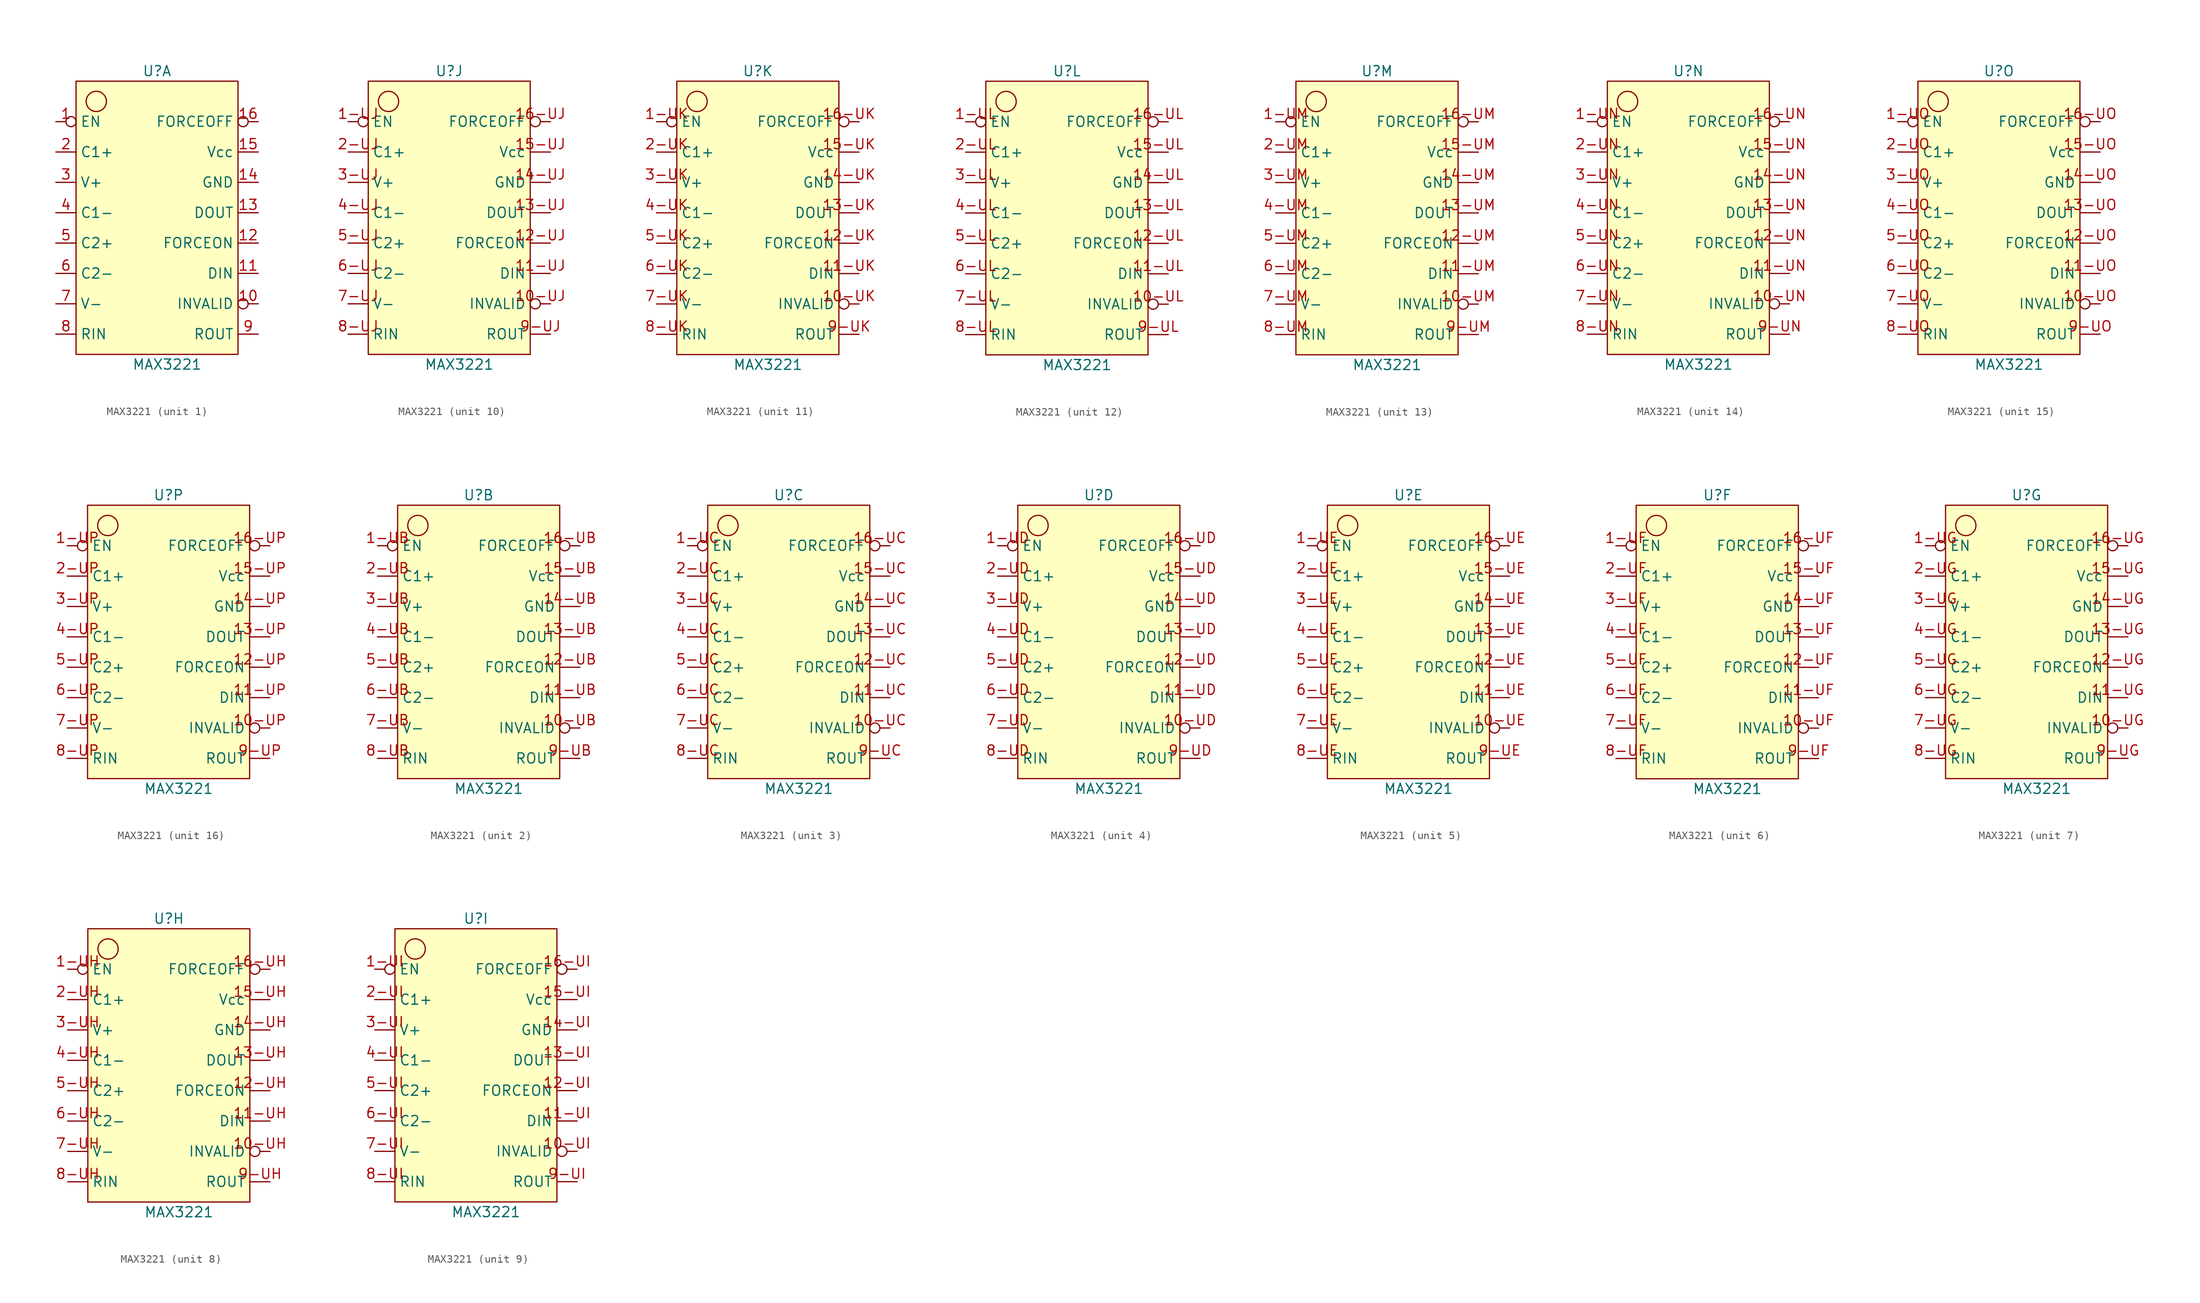
<source format=kicad_sym>
(kicad_symbol_lib
  (version 20211014)
  (generator kicad_symbol_editor)
  (symbol "MAX3221"
    (property "Reference" "U"
      (at -5.08 19.05 0)
      (effects (font (size 1.27 1.27))))
    (property "Value" "MAX3221"
      (at -3.81 -17.78 0)
      (effects (font (size 1.27 1.27))))
    (symbol "MAX3221_0_1"
      (rectangle (start -15.24 17.78) (end 5.08 -16.51) (stroke (width 0) (type default) (color 0 0 0 0)) (fill (type background)))
      (circle (center -12.7 15.24) (radius 1.27) (stroke (width 0) (type default) (color 0 0 0 0)) (fill (type none))))
    (symbol "MAX3221_1_1"
      (pin input inverted (at -17.78 12.7 0) (length 2.54) (name "EN" (effects (font (size 1.27 1.27)))) (number "1" (effects (font (size 1.27 1.27)))))
      (pin bidirectional inverted (at 7.62 -10.16 180) (length 2.54) (name "INVALID" (effects (font (size 1.27 1.27)))) (number "10" (effects (font (size 1.27 1.27)))))
      (pin bidirectional line (at 7.62 -6.35 180) (length 2.54) (name "DIN" (effects (font (size 1.27 1.27)))) (number "11" (effects (font (size 1.27 1.27)))))
      (pin bidirectional line (at 7.62 -2.54 180) (length 2.54) (name "FORCEON" (effects (font (size 1.27 1.27)))) (number "12" (effects (font (size 1.27 1.27)))))
      (pin bidirectional line (at 7.62 1.27 180) (length 2.54) (name "DOUT" (effects (font (size 1.27 1.27)))) (number "13" (effects (font (size 1.27 1.27)))))
      (pin power_out line (at 7.62 5.08 180) (length 2.54) (name "GND" (effects (font (size 1.27 1.27)))) (number "14" (effects (font (size 1.27 1.27)))))
      (pin power_in line (at 7.62 8.89 180) (length 2.54) (name "Vcc" (effects (font (size 1.27 1.27)))) (number "15" (effects (font (size 1.27 1.27)))))
      (pin bidirectional inverted (at 7.62 12.7 180) (length 2.54) (name "FORCEOFF" (effects (font (size 1.27 1.27)))) (number "16" (effects (font (size 1.27 1.27)))))
      (pin bidirectional line (at -17.78 8.89 0) (length 2.54) (name "C1+" (effects (font (size 1.27 1.27)))) (number "2" (effects (font (size 1.27 1.27)))))
      (pin bidirectional line (at -17.78 5.08 0) (length 2.54) (name "V+" (effects (font (size 1.27 1.27)))) (number "3" (effects (font (size 1.27 1.27)))))
      (pin bidirectional line (at -17.78 1.27 0) (length 2.54) (name "C1-" (effects (font (size 1.27 1.27)))) (number "4" (effects (font (size 1.27 1.27)))))
      (pin bidirectional line (at -17.78 -2.54 0) (length 2.54) (name "C2+" (effects (font (size 1.27 1.27)))) (number "5" (effects (font (size 1.27 1.27)))))
      (pin bidirectional line (at -17.78 -6.35 0) (length 2.54) (name "C2-" (effects (font (size 1.27 1.27)))) (number "6" (effects (font (size 1.27 1.27)))))
      (pin bidirectional line (at -17.78 -10.16 0) (length 2.54) (name "V-" (effects (font (size 1.27 1.27)))) (number "7" (effects (font (size 1.27 1.27)))))
      (pin bidirectional line (at -17.78 -13.97 0) (length 2.54) (name "RIN" (effects (font (size 1.27 1.27)))) (number "8" (effects (font (size 1.27 1.27)))))
      (pin bidirectional line (at 7.62 -13.97 180) (length 2.54) (name "ROUT" (effects (font (size 1.27 1.27)))) (number "9" (effects (font (size 1.27 1.27))))))
    (symbol "MAX3221_2_1"
      (pin input inverted (at -17.78 12.7 0) (length 2.54) (name "EN" (effects (font (size 1.27 1.27)))) (number "1-UB" (effects (font (size 1.27 1.27)))))
      (pin bidirectional inverted (at 7.62 -10.16 180) (length 2.54) (name "INVALID" (effects (font (size 1.27 1.27)))) (number "10-UB" (effects (font (size 1.27 1.27)))))
      (pin bidirectional line (at 7.62 -6.35 180) (length 2.54) (name "DIN" (effects (font (size 1.27 1.27)))) (number "11-UB" (effects (font (size 1.27 1.27)))))
      (pin bidirectional line (at 7.62 -2.54 180) (length 2.54) (name "FORCEON" (effects (font (size 1.27 1.27)))) (number "12-UB" (effects (font (size 1.27 1.27)))))
      (pin bidirectional line (at 7.62 1.27 180) (length 2.54) (name "DOUT" (effects (font (size 1.27 1.27)))) (number "13-UB" (effects (font (size 1.27 1.27)))))
      (pin power_out line (at 7.62 5.08 180) (length 2.54) (name "GND" (effects (font (size 1.27 1.27)))) (number "14-UB" (effects (font (size 1.27 1.27)))))
      (pin power_in line (at 7.62 8.89 180) (length 2.54) (name "Vcc" (effects (font (size 1.27 1.27)))) (number "15-UB" (effects (font (size 1.27 1.27)))))
      (pin bidirectional inverted (at 7.62 12.7 180) (length 2.54) (name "FORCEOFF" (effects (font (size 1.27 1.27)))) (number "16-UB" (effects (font (size 1.27 1.27)))))
      (pin bidirectional line (at -17.78 8.89 0) (length 2.54) (name "C1+" (effects (font (size 1.27 1.27)))) (number "2-UB" (effects (font (size 1.27 1.27)))))
      (pin bidirectional line (at -17.78 5.08 0) (length 2.54) (name "V+" (effects (font (size 1.27 1.27)))) (number "3-UB" (effects (font (size 1.27 1.27)))))
      (pin bidirectional line (at -17.78 1.27 0) (length 2.54) (name "C1-" (effects (font (size 1.27 1.27)))) (number "4-UB" (effects (font (size 1.27 1.27)))))
      (pin bidirectional line (at -17.78 -2.54 0) (length 2.54) (name "C2+" (effects (font (size 1.27 1.27)))) (number "5-UB" (effects (font (size 1.27 1.27)))))
      (pin bidirectional line (at -17.78 -6.35 0) (length 2.54) (name "C2-" (effects (font (size 1.27 1.27)))) (number "6-UB" (effects (font (size 1.27 1.27)))))
      (pin bidirectional line (at -17.78 -10.16 0) (length 2.54) (name "V-" (effects (font (size 1.27 1.27)))) (number "7-UB" (effects (font (size 1.27 1.27)))))
      (pin bidirectional line (at -17.78 -13.97 0) (length 2.54) (name "RIN" (effects (font (size 1.27 1.27)))) (number "8-UB" (effects (font (size 1.27 1.27)))))
      (pin bidirectional line (at 7.62 -13.97 180) (length 2.54) (name "ROUT" (effects (font (size 1.27 1.27)))) (number "9-UB" (effects (font (size 1.27 1.27))))))
    (symbol "MAX3221_3_1"
      (pin input inverted (at -17.78 12.7 0) (length 2.54) (name "EN" (effects (font (size 1.27 1.27)))) (number "1-UC" (effects (font (size 1.27 1.27)))))
      (pin bidirectional inverted (at 7.62 -10.16 180) (length 2.54) (name "INVALID" (effects (font (size 1.27 1.27)))) (number "10-UC" (effects (font (size 1.27 1.27)))))
      (pin bidirectional line (at 7.62 -6.35 180) (length 2.54) (name "DIN" (effects (font (size 1.27 1.27)))) (number "11-UC" (effects (font (size 1.27 1.27)))))
      (pin bidirectional line (at 7.62 -2.54 180) (length 2.54) (name "FORCEON" (effects (font (size 1.27 1.27)))) (number "12-UC" (effects (font (size 1.27 1.27)))))
      (pin bidirectional line (at 7.62 1.27 180) (length 2.54) (name "DOUT" (effects (font (size 1.27 1.27)))) (number "13-UC" (effects (font (size 1.27 1.27)))))
      (pin power_out line (at 7.62 5.08 180) (length 2.54) (name "GND" (effects (font (size 1.27 1.27)))) (number "14-UC" (effects (font (size 1.27 1.27)))))
      (pin power_in line (at 7.62 8.89 180) (length 2.54) (name "Vcc" (effects (font (size 1.27 1.27)))) (number "15-UC" (effects (font (size 1.27 1.27)))))
      (pin bidirectional inverted (at 7.62 12.7 180) (length 2.54) (name "FORCEOFF" (effects (font (size 1.27 1.27)))) (number "16-UC" (effects (font (size 1.27 1.27)))))
      (pin bidirectional line (at -17.78 8.89 0) (length 2.54) (name "C1+" (effects (font (size 1.27 1.27)))) (number "2-UC" (effects (font (size 1.27 1.27)))))
      (pin bidirectional line (at -17.78 5.08 0) (length 2.54) (name "V+" (effects (font (size 1.27 1.27)))) (number "3-UC" (effects (font (size 1.27 1.27)))))
      (pin bidirectional line (at -17.78 1.27 0) (length 2.54) (name "C1-" (effects (font (size 1.27 1.27)))) (number "4-UC" (effects (font (size 1.27 1.27)))))
      (pin bidirectional line (at -17.78 -2.54 0) (length 2.54) (name "C2+" (effects (font (size 1.27 1.27)))) (number "5-UC" (effects (font (size 1.27 1.27)))))
      (pin bidirectional line (at -17.78 -6.35 0) (length 2.54) (name "C2-" (effects (font (size 1.27 1.27)))) (number "6-UC" (effects (font (size 1.27 1.27)))))
      (pin bidirectional line (at -17.78 -10.16 0) (length 2.54) (name "V-" (effects (font (size 1.27 1.27)))) (number "7-UC" (effects (font (size 1.27 1.27)))))
      (pin bidirectional line (at -17.78 -13.97 0) (length 2.54) (name "RIN" (effects (font (size 1.27 1.27)))) (number "8-UC" (effects (font (size 1.27 1.27)))))
      (pin bidirectional line (at 7.62 -13.97 180) (length 2.54) (name "ROUT" (effects (font (size 1.27 1.27)))) (number "9-UC" (effects (font (size 1.27 1.27))))))
    (symbol "MAX3221_4_1"
      (pin input inverted (at -17.78 12.7 0) (length 2.54) (name "EN" (effects (font (size 1.27 1.27)))) (number "1-UD" (effects (font (size 1.27 1.27)))))
      (pin bidirectional inverted (at 7.62 -10.16 180) (length 2.54) (name "INVALID" (effects (font (size 1.27 1.27)))) (number "10-UD" (effects (font (size 1.27 1.27)))))
      (pin bidirectional line (at 7.62 -6.35 180) (length 2.54) (name "DIN" (effects (font (size 1.27 1.27)))) (number "11-UD" (effects (font (size 1.27 1.27)))))
      (pin bidirectional line (at 7.62 -2.54 180) (length 2.54) (name "FORCEON" (effects (font (size 1.27 1.27)))) (number "12-UD" (effects (font (size 1.27 1.27)))))
      (pin bidirectional line (at 7.62 1.27 180) (length 2.54) (name "DOUT" (effects (font (size 1.27 1.27)))) (number "13-UD" (effects (font (size 1.27 1.27)))))
      (pin power_out line (at 7.62 5.08 180) (length 2.54) (name "GND" (effects (font (size 1.27 1.27)))) (number "14-UD" (effects (font (size 1.27 1.27)))))
      (pin power_in line (at 7.62 8.89 180) (length 2.54) (name "Vcc" (effects (font (size 1.27 1.27)))) (number "15-UD" (effects (font (size 1.27 1.27)))))
      (pin bidirectional inverted (at 7.62 12.7 180) (length 2.54) (name "FORCEOFF" (effects (font (size 1.27 1.27)))) (number "16-UD" (effects (font (size 1.27 1.27)))))
      (pin bidirectional line (at -17.78 8.89 0) (length 2.54) (name "C1+" (effects (font (size 1.27 1.27)))) (number "2-UD" (effects (font (size 1.27 1.27)))))
      (pin bidirectional line (at -17.78 5.08 0) (length 2.54) (name "V+" (effects (font (size 1.27 1.27)))) (number "3-UD" (effects (font (size 1.27 1.27)))))
      (pin bidirectional line (at -17.78 1.27 0) (length 2.54) (name "C1-" (effects (font (size 1.27 1.27)))) (number "4-UD" (effects (font (size 1.27 1.27)))))
      (pin bidirectional line (at -17.78 -2.54 0) (length 2.54) (name "C2+" (effects (font (size 1.27 1.27)))) (number "5-UD" (effects (font (size 1.27 1.27)))))
      (pin bidirectional line (at -17.78 -6.35 0) (length 2.54) (name "C2-" (effects (font (size 1.27 1.27)))) (number "6-UD" (effects (font (size 1.27 1.27)))))
      (pin bidirectional line (at -17.78 -10.16 0) (length 2.54) (name "V-" (effects (font (size 1.27 1.27)))) (number "7-UD" (effects (font (size 1.27 1.27)))))
      (pin bidirectional line (at -17.78 -13.97 0) (length 2.54) (name "RIN" (effects (font (size 1.27 1.27)))) (number "8-UD" (effects (font (size 1.27 1.27)))))
      (pin bidirectional line (at 7.62 -13.97 180) (length 2.54) (name "ROUT" (effects (font (size 1.27 1.27)))) (number "9-UD" (effects (font (size 1.27 1.27))))))
    (symbol "MAX3221_5_1"
      (pin input inverted (at -17.78 12.7 0) (length 2.54) (name "EN" (effects (font (size 1.27 1.27)))) (number "1-UE" (effects (font (size 1.27 1.27)))))
      (pin bidirectional inverted (at 7.62 -10.16 180) (length 2.54) (name "INVALID" (effects (font (size 1.27 1.27)))) (number "10-UE" (effects (font (size 1.27 1.27)))))
      (pin bidirectional line (at 7.62 -6.35 180) (length 2.54) (name "DIN" (effects (font (size 1.27 1.27)))) (number "11-UE" (effects (font (size 1.27 1.27)))))
      (pin bidirectional line (at 7.62 -2.54 180) (length 2.54) (name "FORCEON" (effects (font (size 1.27 1.27)))) (number "12-UE" (effects (font (size 1.27 1.27)))))
      (pin bidirectional line (at 7.62 1.27 180) (length 2.54) (name "DOUT" (effects (font (size 1.27 1.27)))) (number "13-UE" (effects (font (size 1.27 1.27)))))
      (pin power_out line (at 7.62 5.08 180) (length 2.54) (name "GND" (effects (font (size 1.27 1.27)))) (number "14-UE" (effects (font (size 1.27 1.27)))))
      (pin power_in line (at 7.62 8.89 180) (length 2.54) (name "Vcc" (effects (font (size 1.27 1.27)))) (number "15-UE" (effects (font (size 1.27 1.27)))))
      (pin bidirectional inverted (at 7.62 12.7 180) (length 2.54) (name "FORCEOFF" (effects (font (size 1.27 1.27)))) (number "16-UE" (effects (font (size 1.27 1.27)))))
      (pin bidirectional line (at -17.78 8.89 0) (length 2.54) (name "C1+" (effects (font (size 1.27 1.27)))) (number "2-UE" (effects (font (size 1.27 1.27)))))
      (pin bidirectional line (at -17.78 5.08 0) (length 2.54) (name "V+" (effects (font (size 1.27 1.27)))) (number "3-UE" (effects (font (size 1.27 1.27)))))
      (pin bidirectional line (at -17.78 1.27 0) (length 2.54) (name "C1-" (effects (font (size 1.27 1.27)))) (number "4-UE" (effects (font (size 1.27 1.27)))))
      (pin bidirectional line (at -17.78 -2.54 0) (length 2.54) (name "C2+" (effects (font (size 1.27 1.27)))) (number "5-UE" (effects (font (size 1.27 1.27)))))
      (pin bidirectional line (at -17.78 -6.35 0) (length 2.54) (name "C2-" (effects (font (size 1.27 1.27)))) (number "6-UE" (effects (font (size 1.27 1.27)))))
      (pin bidirectional line (at -17.78 -10.16 0) (length 2.54) (name "V-" (effects (font (size 1.27 1.27)))) (number "7-UE" (effects (font (size 1.27 1.27)))))
      (pin bidirectional line (at -17.78 -13.97 0) (length 2.54) (name "RIN" (effects (font (size 1.27 1.27)))) (number "8-UE" (effects (font (size 1.27 1.27)))))
      (pin bidirectional line (at 7.62 -13.97 180) (length 2.54) (name "ROUT" (effects (font (size 1.27 1.27)))) (number "9-UE" (effects (font (size 1.27 1.27))))))
    (symbol "MAX3221_6_1"
      (pin input inverted (at -17.78 12.7 0) (length 2.54) (name "EN" (effects (font (size 1.27 1.27)))) (number "1-UF" (effects (font (size 1.27 1.27)))))
      (pin bidirectional inverted (at 7.62 -10.16 180) (length 2.54) (name "INVALID" (effects (font (size 1.27 1.27)))) (number "10-UF" (effects (font (size 1.27 1.27)))))
      (pin bidirectional line (at 7.62 -6.35 180) (length 2.54) (name "DIN" (effects (font (size 1.27 1.27)))) (number "11-UF" (effects (font (size 1.27 1.27)))))
      (pin bidirectional line (at 7.62 -2.54 180) (length 2.54) (name "FORCEON" (effects (font (size 1.27 1.27)))) (number "12-UF" (effects (font (size 1.27 1.27)))))
      (pin bidirectional line (at 7.62 1.27 180) (length 2.54) (name "DOUT" (effects (font (size 1.27 1.27)))) (number "13-UF" (effects (font (size 1.27 1.27)))))
      (pin power_out line (at 7.62 5.08 180) (length 2.54) (name "GND" (effects (font (size 1.27 1.27)))) (number "14-UF" (effects (font (size 1.27 1.27)))))
      (pin power_in line (at 7.62 8.89 180) (length 2.54) (name "Vcc" (effects (font (size 1.27 1.27)))) (number "15-UF" (effects (font (size 1.27 1.27)))))
      (pin bidirectional inverted (at 7.62 12.7 180) (length 2.54) (name "FORCEOFF" (effects (font (size 1.27 1.27)))) (number "16-UF" (effects (font (size 1.27 1.27)))))
      (pin bidirectional line (at -17.78 8.89 0) (length 2.54) (name "C1+" (effects (font (size 1.27 1.27)))) (number "2-UF" (effects (font (size 1.27 1.27)))))
      (pin bidirectional line (at -17.78 5.08 0) (length 2.54) (name "V+" (effects (font (size 1.27 1.27)))) (number "3-UF" (effects (font (size 1.27 1.27)))))
      (pin bidirectional line (at -17.78 1.27 0) (length 2.54) (name "C1-" (effects (font (size 1.27 1.27)))) (number "4-UF" (effects (font (size 1.27 1.27)))))
      (pin bidirectional line (at -17.78 -2.54 0) (length 2.54) (name "C2+" (effects (font (size 1.27 1.27)))) (number "5-UF" (effects (font (size 1.27 1.27)))))
      (pin bidirectional line (at -17.78 -6.35 0) (length 2.54) (name "C2-" (effects (font (size 1.27 1.27)))) (number "6-UF" (effects (font (size 1.27 1.27)))))
      (pin bidirectional line (at -17.78 -10.16 0) (length 2.54) (name "V-" (effects (font (size 1.27 1.27)))) (number "7-UF" (effects (font (size 1.27 1.27)))))
      (pin bidirectional line (at -17.78 -13.97 0) (length 2.54) (name "RIN" (effects (font (size 1.27 1.27)))) (number "8-UF" (effects (font (size 1.27 1.27)))))
      (pin bidirectional line (at 7.62 -13.97 180) (length 2.54) (name "ROUT" (effects (font (size 1.27 1.27)))) (number "9-UF" (effects (font (size 1.27 1.27))))))
    (symbol "MAX3221_7_1"
      (pin input inverted (at -17.78 12.7 0) (length 2.54) (name "EN" (effects (font (size 1.27 1.27)))) (number "1-UG" (effects (font (size 1.27 1.27)))))
      (pin bidirectional inverted (at 7.62 -10.16 180) (length 2.54) (name "INVALID" (effects (font (size 1.27 1.27)))) (number "10-UG" (effects (font (size 1.27 1.27)))))
      (pin bidirectional line (at 7.62 -6.35 180) (length 2.54) (name "DIN" (effects (font (size 1.27 1.27)))) (number "11-UG" (effects (font (size 1.27 1.27)))))
      (pin bidirectional line (at 7.62 -2.54 180) (length 2.54) (name "FORCEON" (effects (font (size 1.27 1.27)))) (number "12-UG" (effects (font (size 1.27 1.27)))))
      (pin bidirectional line (at 7.62 1.27 180) (length 2.54) (name "DOUT" (effects (font (size 1.27 1.27)))) (number "13-UG" (effects (font (size 1.27 1.27)))))
      (pin power_out line (at 7.62 5.08 180) (length 2.54) (name "GND" (effects (font (size 1.27 1.27)))) (number "14-UG" (effects (font (size 1.27 1.27)))))
      (pin power_in line (at 7.62 8.89 180) (length 2.54) (name "Vcc" (effects (font (size 1.27 1.27)))) (number "15-UG" (effects (font (size 1.27 1.27)))))
      (pin bidirectional inverted (at 7.62 12.7 180) (length 2.54) (name "FORCEOFF" (effects (font (size 1.27 1.27)))) (number "16-UG" (effects (font (size 1.27 1.27)))))
      (pin bidirectional line (at -17.78 8.89 0) (length 2.54) (name "C1+" (effects (font (size 1.27 1.27)))) (number "2-UG" (effects (font (size 1.27 1.27)))))
      (pin bidirectional line (at -17.78 5.08 0) (length 2.54) (name "V+" (effects (font (size 1.27 1.27)))) (number "3-UG" (effects (font (size 1.27 1.27)))))
      (pin bidirectional line (at -17.78 1.27 0) (length 2.54) (name "C1-" (effects (font (size 1.27 1.27)))) (number "4-UG" (effects (font (size 1.27 1.27)))))
      (pin bidirectional line (at -17.78 -2.54 0) (length 2.54) (name "C2+" (effects (font (size 1.27 1.27)))) (number "5-UG" (effects (font (size 1.27 1.27)))))
      (pin bidirectional line (at -17.78 -6.35 0) (length 2.54) (name "C2-" (effects (font (size 1.27 1.27)))) (number "6-UG" (effects (font (size 1.27 1.27)))))
      (pin bidirectional line (at -17.78 -10.16 0) (length 2.54) (name "V-" (effects (font (size 1.27 1.27)))) (number "7-UG" (effects (font (size 1.27 1.27)))))
      (pin bidirectional line (at -17.78 -13.97 0) (length 2.54) (name "RIN" (effects (font (size 1.27 1.27)))) (number "8-UG" (effects (font (size 1.27 1.27)))))
      (pin bidirectional line (at 7.62 -13.97 180) (length 2.54) (name "ROUT" (effects (font (size 1.27 1.27)))) (number "9-UG" (effects (font (size 1.27 1.27))))))
    (symbol "MAX3221_8_1"
      (pin input inverted (at -17.78 12.7 0) (length 2.54) (name "EN" (effects (font (size 1.27 1.27)))) (number "1-UH" (effects (font (size 1.27 1.27)))))
      (pin bidirectional inverted (at 7.62 -10.16 180) (length 2.54) (name "INVALID" (effects (font (size 1.27 1.27)))) (number "10-UH" (effects (font (size 1.27 1.27)))))
      (pin bidirectional line (at 7.62 -6.35 180) (length 2.54) (name "DIN" (effects (font (size 1.27 1.27)))) (number "11-UH" (effects (font (size 1.27 1.27)))))
      (pin bidirectional line (at 7.62 -2.54 180) (length 2.54) (name "FORCEON" (effects (font (size 1.27 1.27)))) (number "12-UH" (effects (font (size 1.27 1.27)))))
      (pin bidirectional line (at 7.62 1.27 180) (length 2.54) (name "DOUT" (effects (font (size 1.27 1.27)))) (number "13-UH" (effects (font (size 1.27 1.27)))))
      (pin power_out line (at 7.62 5.08 180) (length 2.54) (name "GND" (effects (font (size 1.27 1.27)))) (number "14-UH" (effects (font (size 1.27 1.27)))))
      (pin power_in line (at 7.62 8.89 180) (length 2.54) (name "Vcc" (effects (font (size 1.27 1.27)))) (number "15-UH" (effects (font (size 1.27 1.27)))))
      (pin bidirectional inverted (at 7.62 12.7 180) (length 2.54) (name "FORCEOFF" (effects (font (size 1.27 1.27)))) (number "16-UH" (effects (font (size 1.27 1.27)))))
      (pin bidirectional line (at -17.78 8.89 0) (length 2.54) (name "C1+" (effects (font (size 1.27 1.27)))) (number "2-UH" (effects (font (size 1.27 1.27)))))
      (pin bidirectional line (at -17.78 5.08 0) (length 2.54) (name "V+" (effects (font (size 1.27 1.27)))) (number "3-UH" (effects (font (size 1.27 1.27)))))
      (pin bidirectional line (at -17.78 1.27 0) (length 2.54) (name "C1-" (effects (font (size 1.27 1.27)))) (number "4-UH" (effects (font (size 1.27 1.27)))))
      (pin bidirectional line (at -17.78 -2.54 0) (length 2.54) (name "C2+" (effects (font (size 1.27 1.27)))) (number "5-UH" (effects (font (size 1.27 1.27)))))
      (pin bidirectional line (at -17.78 -6.35 0) (length 2.54) (name "C2-" (effects (font (size 1.27 1.27)))) (number "6-UH" (effects (font (size 1.27 1.27)))))
      (pin bidirectional line (at -17.78 -10.16 0) (length 2.54) (name "V-" (effects (font (size 1.27 1.27)))) (number "7-UH" (effects (font (size 1.27 1.27)))))
      (pin bidirectional line (at -17.78 -13.97 0) (length 2.54) (name "RIN" (effects (font (size 1.27 1.27)))) (number "8-UH" (effects (font (size 1.27 1.27)))))
      (pin bidirectional line (at 7.62 -13.97 180) (length 2.54) (name "ROUT" (effects (font (size 1.27 1.27)))) (number "9-UH" (effects (font (size 1.27 1.27))))))
    (symbol "MAX3221_9_1"
      (pin input inverted (at -17.78 12.7 0) (length 2.54) (name "EN" (effects (font (size 1.27 1.27)))) (number "1-UI" (effects (font (size 1.27 1.27)))))
      (pin bidirectional inverted (at 7.62 -10.16 180) (length 2.54) (name "INVALID" (effects (font (size 1.27 1.27)))) (number "10-UI" (effects (font (size 1.27 1.27)))))
      (pin bidirectional line (at 7.62 -6.35 180) (length 2.54) (name "DIN" (effects (font (size 1.27 1.27)))) (number "11-UI" (effects (font (size 1.27 1.27)))))
      (pin bidirectional line (at 7.62 -2.54 180) (length 2.54) (name "FORCEON" (effects (font (size 1.27 1.27)))) (number "12-UI" (effects (font (size 1.27 1.27)))))
      (pin bidirectional line (at 7.62 1.27 180) (length 2.54) (name "DOUT" (effects (font (size 1.27 1.27)))) (number "13-UI" (effects (font (size 1.27 1.27)))))
      (pin power_out line (at 7.62 5.08 180) (length 2.54) (name "GND" (effects (font (size 1.27 1.27)))) (number "14-UI" (effects (font (size 1.27 1.27)))))
      (pin power_in line (at 7.62 8.89 180) (length 2.54) (name "Vcc" (effects (font (size 1.27 1.27)))) (number "15-UI" (effects (font (size 1.27 1.27)))))
      (pin bidirectional inverted (at 7.62 12.7 180) (length 2.54) (name "FORCEOFF" (effects (font (size 1.27 1.27)))) (number "16-UI" (effects (font (size 1.27 1.27)))))
      (pin bidirectional line (at -17.78 8.89 0) (length 2.54) (name "C1+" (effects (font (size 1.27 1.27)))) (number "2-UI" (effects (font (size 1.27 1.27)))))
      (pin bidirectional line (at -17.78 5.08 0) (length 2.54) (name "V+" (effects (font (size 1.27 1.27)))) (number "3-UI" (effects (font (size 1.27 1.27)))))
      (pin bidirectional line (at -17.78 1.27 0) (length 2.54) (name "C1-" (effects (font (size 1.27 1.27)))) (number "4-UI" (effects (font (size 1.27 1.27)))))
      (pin bidirectional line (at -17.78 -2.54 0) (length 2.54) (name "C2+" (effects (font (size 1.27 1.27)))) (number "5-UI" (effects (font (size 1.27 1.27)))))
      (pin bidirectional line (at -17.78 -6.35 0) (length 2.54) (name "C2-" (effects (font (size 1.27 1.27)))) (number "6-UI" (effects (font (size 1.27 1.27)))))
      (pin bidirectional line (at -17.78 -10.16 0) (length 2.54) (name "V-" (effects (font (size 1.27 1.27)))) (number "7-UI" (effects (font (size 1.27 1.27)))))
      (pin bidirectional line (at -17.78 -13.97 0) (length 2.54) (name "RIN" (effects (font (size 1.27 1.27)))) (number "8-UI" (effects (font (size 1.27 1.27)))))
      (pin bidirectional line (at 7.62 -13.97 180) (length 2.54) (name "ROUT" (effects (font (size 1.27 1.27)))) (number "9-UI" (effects (font (size 1.27 1.27))))))
    (symbol "MAX3221_10_1"
      (pin input inverted (at -17.78 12.7 0) (length 2.54) (name "EN" (effects (font (size 1.27 1.27)))) (number "1-UJ" (effects (font (size 1.27 1.27)))))
      (pin bidirectional inverted (at 7.62 -10.16 180) (length 2.54) (name "INVALID" (effects (font (size 1.27 1.27)))) (number "10-UJ" (effects (font (size 1.27 1.27)))))
      (pin bidirectional line (at 7.62 -6.35 180) (length 2.54) (name "DIN" (effects (font (size 1.27 1.27)))) (number "11-UJ" (effects (font (size 1.27 1.27)))))
      (pin bidirectional line (at 7.62 -2.54 180) (length 2.54) (name "FORCEON" (effects (font (size 1.27 1.27)))) (number "12-UJ" (effects (font (size 1.27 1.27)))))
      (pin bidirectional line (at 7.62 1.27 180) (length 2.54) (name "DOUT" (effects (font (size 1.27 1.27)))) (number "13-UJ" (effects (font (size 1.27 1.27)))))
      (pin power_out line (at 7.62 5.08 180) (length 2.54) (name "GND" (effects (font (size 1.27 1.27)))) (number "14-UJ" (effects (font (size 1.27 1.27)))))
      (pin power_in line (at 7.62 8.89 180) (length 2.54) (name "Vcc" (effects (font (size 1.27 1.27)))) (number "15-UJ" (effects (font (size 1.27 1.27)))))
      (pin bidirectional inverted (at 7.62 12.7 180) (length 2.54) (name "FORCEOFF" (effects (font (size 1.27 1.27)))) (number "16-UJ" (effects (font (size 1.27 1.27)))))
      (pin bidirectional line (at -17.78 8.89 0) (length 2.54) (name "C1+" (effects (font (size 1.27 1.27)))) (number "2-UJ" (effects (font (size 1.27 1.27)))))
      (pin bidirectional line (at -17.78 5.08 0) (length 2.54) (name "V+" (effects (font (size 1.27 1.27)))) (number "3-UJ" (effects (font (size 1.27 1.27)))))
      (pin bidirectional line (at -17.78 1.27 0) (length 2.54) (name "C1-" (effects (font (size 1.27 1.27)))) (number "4-UJ" (effects (font (size 1.27 1.27)))))
      (pin bidirectional line (at -17.78 -2.54 0) (length 2.54) (name "C2+" (effects (font (size 1.27 1.27)))) (number "5-UJ" (effects (font (size 1.27 1.27)))))
      (pin bidirectional line (at -17.78 -6.35 0) (length 2.54) (name "C2-" (effects (font (size 1.27 1.27)))) (number "6-UJ" (effects (font (size 1.27 1.27)))))
      (pin bidirectional line (at -17.78 -10.16 0) (length 2.54) (name "V-" (effects (font (size 1.27 1.27)))) (number "7-UJ" (effects (font (size 1.27 1.27)))))
      (pin bidirectional line (at -17.78 -13.97 0) (length 2.54) (name "RIN" (effects (font (size 1.27 1.27)))) (number "8-UJ" (effects (font (size 1.27 1.27)))))
      (pin bidirectional line (at 7.62 -13.97 180) (length 2.54) (name "ROUT" (effects (font (size 1.27 1.27)))) (number "9-UJ" (effects (font (size 1.27 1.27))))))
    (symbol "MAX3221_11_1"
      (pin input inverted (at -17.78 12.7 0) (length 2.54) (name "EN" (effects (font (size 1.27 1.27)))) (number "1-UK" (effects (font (size 1.27 1.27)))))
      (pin bidirectional inverted (at 7.62 -10.16 180) (length 2.54) (name "INVALID" (effects (font (size 1.27 1.27)))) (number "10-UK" (effects (font (size 1.27 1.27)))))
      (pin bidirectional line (at 7.62 -6.35 180) (length 2.54) (name "DIN" (effects (font (size 1.27 1.27)))) (number "11-UK" (effects (font (size 1.27 1.27)))))
      (pin bidirectional line (at 7.62 -2.54 180) (length 2.54) (name "FORCEON" (effects (font (size 1.27 1.27)))) (number "12-UK" (effects (font (size 1.27 1.27)))))
      (pin bidirectional line (at 7.62 1.27 180) (length 2.54) (name "DOUT" (effects (font (size 1.27 1.27)))) (number "13-UK" (effects (font (size 1.27 1.27)))))
      (pin power_out line (at 7.62 5.08 180) (length 2.54) (name "GND" (effects (font (size 1.27 1.27)))) (number "14-UK" (effects (font (size 1.27 1.27)))))
      (pin power_in line (at 7.62 8.89 180) (length 2.54) (name "Vcc" (effects (font (size 1.27 1.27)))) (number "15-UK" (effects (font (size 1.27 1.27)))))
      (pin bidirectional inverted (at 7.62 12.7 180) (length 2.54) (name "FORCEOFF" (effects (font (size 1.27 1.27)))) (number "16-UK" (effects (font (size 1.27 1.27)))))
      (pin bidirectional line (at -17.78 8.89 0) (length 2.54) (name "C1+" (effects (font (size 1.27 1.27)))) (number "2-UK" (effects (font (size 1.27 1.27)))))
      (pin bidirectional line (at -17.78 5.08 0) (length 2.54) (name "V+" (effects (font (size 1.27 1.27)))) (number "3-UK" (effects (font (size 1.27 1.27)))))
      (pin bidirectional line (at -17.78 1.27 0) (length 2.54) (name "C1-" (effects (font (size 1.27 1.27)))) (number "4-UK" (effects (font (size 1.27 1.27)))))
      (pin bidirectional line (at -17.78 -2.54 0) (length 2.54) (name "C2+" (effects (font (size 1.27 1.27)))) (number "5-UK" (effects (font (size 1.27 1.27)))))
      (pin bidirectional line (at -17.78 -6.35 0) (length 2.54) (name "C2-" (effects (font (size 1.27 1.27)))) (number "6-UK" (effects (font (size 1.27 1.27)))))
      (pin bidirectional line (at -17.78 -10.16 0) (length 2.54) (name "V-" (effects (font (size 1.27 1.27)))) (number "7-UK" (effects (font (size 1.27 1.27)))))
      (pin bidirectional line (at -17.78 -13.97 0) (length 2.54) (name "RIN" (effects (font (size 1.27 1.27)))) (number "8-UK" (effects (font (size 1.27 1.27)))))
      (pin bidirectional line (at 7.62 -13.97 180) (length 2.54) (name "ROUT" (effects (font (size 1.27 1.27)))) (number "9-UK" (effects (font (size 1.27 1.27))))))
    (symbol "MAX3221_12_1"
      (pin input inverted (at -17.78 12.7 0) (length 2.54) (name "EN" (effects (font (size 1.27 1.27)))) (number "1-UL" (effects (font (size 1.27 1.27)))))
      (pin bidirectional inverted (at 7.62 -10.16 180) (length 2.54) (name "INVALID" (effects (font (size 1.27 1.27)))) (number "10-UL" (effects (font (size 1.27 1.27)))))
      (pin bidirectional line (at 7.62 -6.35 180) (length 2.54) (name "DIN" (effects (font (size 1.27 1.27)))) (number "11-UL" (effects (font (size 1.27 1.27)))))
      (pin bidirectional line (at 7.62 -2.54 180) (length 2.54) (name "FORCEON" (effects (font (size 1.27 1.27)))) (number "12-UL" (effects (font (size 1.27 1.27)))))
      (pin bidirectional line (at 7.62 1.27 180) (length 2.54) (name "DOUT" (effects (font (size 1.27 1.27)))) (number "13-UL" (effects (font (size 1.27 1.27)))))
      (pin power_out line (at 7.62 5.08 180) (length 2.54) (name "GND" (effects (font (size 1.27 1.27)))) (number "14-UL" (effects (font (size 1.27 1.27)))))
      (pin power_in line (at 7.62 8.89 180) (length 2.54) (name "Vcc" (effects (font (size 1.27 1.27)))) (number "15-UL" (effects (font (size 1.27 1.27)))))
      (pin bidirectional inverted (at 7.62 12.7 180) (length 2.54) (name "FORCEOFF" (effects (font (size 1.27 1.27)))) (number "16-UL" (effects (font (size 1.27 1.27)))))
      (pin bidirectional line (at -17.78 8.89 0) (length 2.54) (name "C1+" (effects (font (size 1.27 1.27)))) (number "2-UL" (effects (font (size 1.27 1.27)))))
      (pin bidirectional line (at -17.78 5.08 0) (length 2.54) (name "V+" (effects (font (size 1.27 1.27)))) (number "3-UL" (effects (font (size 1.27 1.27)))))
      (pin bidirectional line (at -17.78 1.27 0) (length 2.54) (name "C1-" (effects (font (size 1.27 1.27)))) (number "4-UL" (effects (font (size 1.27 1.27)))))
      (pin bidirectional line (at -17.78 -2.54 0) (length 2.54) (name "C2+" (effects (font (size 1.27 1.27)))) (number "5-UL" (effects (font (size 1.27 1.27)))))
      (pin bidirectional line (at -17.78 -6.35 0) (length 2.54) (name "C2-" (effects (font (size 1.27 1.27)))) (number "6-UL" (effects (font (size 1.27 1.27)))))
      (pin bidirectional line (at -17.78 -10.16 0) (length 2.54) (name "V-" (effects (font (size 1.27 1.27)))) (number "7-UL" (effects (font (size 1.27 1.27)))))
      (pin bidirectional line (at -17.78 -13.97 0) (length 2.54) (name "RIN" (effects (font (size 1.27 1.27)))) (number "8-UL" (effects (font (size 1.27 1.27)))))
      (pin bidirectional line (at 7.62 -13.97 180) (length 2.54) (name "ROUT" (effects (font (size 1.27 1.27)))) (number "9-UL" (effects (font (size 1.27 1.27))))))
    (symbol "MAX3221_13_1"
      (pin input inverted (at -17.78 12.7 0) (length 2.54) (name "EN" (effects (font (size 1.27 1.27)))) (number "1-UM" (effects (font (size 1.27 1.27)))))
      (pin bidirectional inverted (at 7.62 -10.16 180) (length 2.54) (name "INVALID" (effects (font (size 1.27 1.27)))) (number "10-UM" (effects (font (size 1.27 1.27)))))
      (pin bidirectional line (at 7.62 -6.35 180) (length 2.54) (name "DIN" (effects (font (size 1.27 1.27)))) (number "11-UM" (effects (font (size 1.27 1.27)))))
      (pin bidirectional line (at 7.62 -2.54 180) (length 2.54) (name "FORCEON" (effects (font (size 1.27 1.27)))) (number "12-UM" (effects (font (size 1.27 1.27)))))
      (pin bidirectional line (at 7.62 1.27 180) (length 2.54) (name "DOUT" (effects (font (size 1.27 1.27)))) (number "13-UM" (effects (font (size 1.27 1.27)))))
      (pin power_out line (at 7.62 5.08 180) (length 2.54) (name "GND" (effects (font (size 1.27 1.27)))) (number "14-UM" (effects (font (size 1.27 1.27)))))
      (pin power_in line (at 7.62 8.89 180) (length 2.54) (name "Vcc" (effects (font (size 1.27 1.27)))) (number "15-UM" (effects (font (size 1.27 1.27)))))
      (pin bidirectional inverted (at 7.62 12.7 180) (length 2.54) (name "FORCEOFF" (effects (font (size 1.27 1.27)))) (number "16-UM" (effects (font (size 1.27 1.27)))))
      (pin bidirectional line (at -17.78 8.89 0) (length 2.54) (name "C1+" (effects (font (size 1.27 1.27)))) (number "2-UM" (effects (font (size 1.27 1.27)))))
      (pin bidirectional line (at -17.78 5.08 0) (length 2.54) (name "V+" (effects (font (size 1.27 1.27)))) (number "3-UM" (effects (font (size 1.27 1.27)))))
      (pin bidirectional line (at -17.78 1.27 0) (length 2.54) (name "C1-" (effects (font (size 1.27 1.27)))) (number "4-UM" (effects (font (size 1.27 1.27)))))
      (pin bidirectional line (at -17.78 -2.54 0) (length 2.54) (name "C2+" (effects (font (size 1.27 1.27)))) (number "5-UM" (effects (font (size 1.27 1.27)))))
      (pin bidirectional line (at -17.78 -6.35 0) (length 2.54) (name "C2-" (effects (font (size 1.27 1.27)))) (number "6-UM" (effects (font (size 1.27 1.27)))))
      (pin bidirectional line (at -17.78 -10.16 0) (length 2.54) (name "V-" (effects (font (size 1.27 1.27)))) (number "7-UM" (effects (font (size 1.27 1.27)))))
      (pin bidirectional line (at -17.78 -13.97 0) (length 2.54) (name "RIN" (effects (font (size 1.27 1.27)))) (number "8-UM" (effects (font (size 1.27 1.27)))))
      (pin bidirectional line (at 7.62 -13.97 180) (length 2.54) (name "ROUT" (effects (font (size 1.27 1.27)))) (number "9-UM" (effects (font (size 1.27 1.27))))))
    (symbol "MAX3221_14_1"
      (pin input inverted (at -17.78 12.7 0) (length 2.54) (name "EN" (effects (font (size 1.27 1.27)))) (number "1-UN" (effects (font (size 1.27 1.27)))))
      (pin bidirectional inverted (at 7.62 -10.16 180) (length 2.54) (name "INVALID" (effects (font (size 1.27 1.27)))) (number "10-UN" (effects (font (size 1.27 1.27)))))
      (pin bidirectional line (at 7.62 -6.35 180) (length 2.54) (name "DIN" (effects (font (size 1.27 1.27)))) (number "11-UN" (effects (font (size 1.27 1.27)))))
      (pin bidirectional line (at 7.62 -2.54 180) (length 2.54) (name "FORCEON" (effects (font (size 1.27 1.27)))) (number "12-UN" (effects (font (size 1.27 1.27)))))
      (pin bidirectional line (at 7.62 1.27 180) (length 2.54) (name "DOUT" (effects (font (size 1.27 1.27)))) (number "13-UN" (effects (font (size 1.27 1.27)))))
      (pin power_out line (at 7.62 5.08 180) (length 2.54) (name "GND" (effects (font (size 1.27 1.27)))) (number "14-UN" (effects (font (size 1.27 1.27)))))
      (pin power_in line (at 7.62 8.89 180) (length 2.54) (name "Vcc" (effects (font (size 1.27 1.27)))) (number "15-UN" (effects (font (size 1.27 1.27)))))
      (pin bidirectional inverted (at 7.62 12.7 180) (length 2.54) (name "FORCEOFF" (effects (font (size 1.27 1.27)))) (number "16-UN" (effects (font (size 1.27 1.27)))))
      (pin bidirectional line (at -17.78 8.89 0) (length 2.54) (name "C1+" (effects (font (size 1.27 1.27)))) (number "2-UN" (effects (font (size 1.27 1.27)))))
      (pin bidirectional line (at -17.78 5.08 0) (length 2.54) (name "V+" (effects (font (size 1.27 1.27)))) (number "3-UN" (effects (font (size 1.27 1.27)))))
      (pin bidirectional line (at -17.78 1.27 0) (length 2.54) (name "C1-" (effects (font (size 1.27 1.27)))) (number "4-UN" (effects (font (size 1.27 1.27)))))
      (pin bidirectional line (at -17.78 -2.54 0) (length 2.54) (name "C2+" (effects (font (size 1.27 1.27)))) (number "5-UN" (effects (font (size 1.27 1.27)))))
      (pin bidirectional line (at -17.78 -6.35 0) (length 2.54) (name "C2-" (effects (font (size 1.27 1.27)))) (number "6-UN" (effects (font (size 1.27 1.27)))))
      (pin bidirectional line (at -17.78 -10.16 0) (length 2.54) (name "V-" (effects (font (size 1.27 1.27)))) (number "7-UN" (effects (font (size 1.27 1.27)))))
      (pin bidirectional line (at -17.78 -13.97 0) (length 2.54) (name "RIN" (effects (font (size 1.27 1.27)))) (number "8-UN" (effects (font (size 1.27 1.27)))))
      (pin bidirectional line (at 7.62 -13.97 180) (length 2.54) (name "ROUT" (effects (font (size 1.27 1.27)))) (number "9-UN" (effects (font (size 1.27 1.27))))))
    (symbol "MAX3221_15_1"
      (pin input inverted (at -17.78 12.7 0) (length 2.54) (name "EN" (effects (font (size 1.27 1.27)))) (number "1-UO" (effects (font (size 1.27 1.27)))))
      (pin bidirectional inverted (at 7.62 -10.16 180) (length 2.54) (name "INVALID" (effects (font (size 1.27 1.27)))) (number "10-UO" (effects (font (size 1.27 1.27)))))
      (pin bidirectional line (at 7.62 -6.35 180) (length 2.54) (name "DIN" (effects (font (size 1.27 1.27)))) (number "11-UO" (effects (font (size 1.27 1.27)))))
      (pin bidirectional line (at 7.62 -2.54 180) (length 2.54) (name "FORCEON" (effects (font (size 1.27 1.27)))) (number "12-UO" (effects (font (size 1.27 1.27)))))
      (pin bidirectional line (at 7.62 1.27 180) (length 2.54) (name "DOUT" (effects (font (size 1.27 1.27)))) (number "13-UO" (effects (font (size 1.27 1.27)))))
      (pin power_out line (at 7.62 5.08 180) (length 2.54) (name "GND" (effects (font (size 1.27 1.27)))) (number "14-UO" (effects (font (size 1.27 1.27)))))
      (pin power_in line (at 7.62 8.89 180) (length 2.54) (name "Vcc" (effects (font (size 1.27 1.27)))) (number "15-UO" (effects (font (size 1.27 1.27)))))
      (pin bidirectional inverted (at 7.62 12.7 180) (length 2.54) (name "FORCEOFF" (effects (font (size 1.27 1.27)))) (number "16-UO" (effects (font (size 1.27 1.27)))))
      (pin bidirectional line (at -17.78 8.89 0) (length 2.54) (name "C1+" (effects (font (size 1.27 1.27)))) (number "2-UO" (effects (font (size 1.27 1.27)))))
      (pin bidirectional line (at -17.78 5.08 0) (length 2.54) (name "V+" (effects (font (size 1.27 1.27)))) (number "3-UO" (effects (font (size 1.27 1.27)))))
      (pin bidirectional line (at -17.78 1.27 0) (length 2.54) (name "C1-" (effects (font (size 1.27 1.27)))) (number "4-UO" (effects (font (size 1.27 1.27)))))
      (pin bidirectional line (at -17.78 -2.54 0) (length 2.54) (name "C2+" (effects (font (size 1.27 1.27)))) (number "5-UO" (effects (font (size 1.27 1.27)))))
      (pin bidirectional line (at -17.78 -6.35 0) (length 2.54) (name "C2-" (effects (font (size 1.27 1.27)))) (number "6-UO" (effects (font (size 1.27 1.27)))))
      (pin bidirectional line (at -17.78 -10.16 0) (length 2.54) (name "V-" (effects (font (size 1.27 1.27)))) (number "7-UO" (effects (font (size 1.27 1.27)))))
      (pin bidirectional line (at -17.78 -13.97 0) (length 2.54) (name "RIN" (effects (font (size 1.27 1.27)))) (number "8-UO" (effects (font (size 1.27 1.27)))))
      (pin bidirectional line (at 7.62 -13.97 180) (length 2.54) (name "ROUT" (effects (font (size 1.27 1.27)))) (number "9-UO" (effects (font (size 1.27 1.27))))))
    (symbol "MAX3221_16_1"
      (pin input inverted (at -17.78 12.7 0) (length 2.54) (name "EN" (effects (font (size 1.27 1.27)))) (number "1-UP" (effects (font (size 1.27 1.27)))))
      (pin bidirectional inverted (at 7.62 -10.16 180) (length 2.54) (name "INVALID" (effects (font (size 1.27 1.27)))) (number "10-UP" (effects (font (size 1.27 1.27)))))
      (pin bidirectional line (at 7.62 -6.35 180) (length 2.54) (name "DIN" (effects (font (size 1.27 1.27)))) (number "11-UP" (effects (font (size 1.27 1.27)))))
      (pin bidirectional line (at 7.62 -2.54 180) (length 2.54) (name "FORCEON" (effects (font (size 1.27 1.27)))) (number "12-UP" (effects (font (size 1.27 1.27)))))
      (pin bidirectional line (at 7.62 1.27 180) (length 2.54) (name "DOUT" (effects (font (size 1.27 1.27)))) (number "13-UP" (effects (font (size 1.27 1.27)))))
      (pin power_out line (at 7.62 5.08 180) (length 2.54) (name "GND" (effects (font (size 1.27 1.27)))) (number "14-UP" (effects (font (size 1.27 1.27)))))
      (pin power_in line (at 7.62 8.89 180) (length 2.54) (name "Vcc" (effects (font (size 1.27 1.27)))) (number "15-UP" (effects (font (size 1.27 1.27)))))
      (pin bidirectional inverted (at 7.62 12.7 180) (length 2.54) (name "FORCEOFF" (effects (font (size 1.27 1.27)))) (number "16-UP" (effects (font (size 1.27 1.27)))))
      (pin bidirectional line (at -17.78 8.89 0) (length 2.54) (name "C1+" (effects (font (size 1.27 1.27)))) (number "2-UP" (effects (font (size 1.27 1.27)))))
      (pin bidirectional line (at -17.78 5.08 0) (length 2.54) (name "V+" (effects (font (size 1.27 1.27)))) (number "3-UP" (effects (font (size 1.27 1.27)))))
      (pin bidirectional line (at -17.78 1.27 0) (length 2.54) (name "C1-" (effects (font (size 1.27 1.27)))) (number "4-UP" (effects (font (size 1.27 1.27)))))
      (pin bidirectional line (at -17.78 -2.54 0) (length 2.54) (name "C2+" (effects (font (size 1.27 1.27)))) (number "5-UP" (effects (font (size 1.27 1.27)))))
      (pin bidirectional line (at -17.78 -6.35 0) (length 2.54) (name "C2-" (effects (font (size 1.27 1.27)))) (number "6-UP" (effects (font (size 1.27 1.27)))))
      (pin bidirectional line (at -17.78 -10.16 0) (length 2.54) (name "V-" (effects (font (size 1.27 1.27)))) (number "7-UP" (effects (font (size 1.27 1.27)))))
      (pin bidirectional line (at -17.78 -13.97 0) (length 2.54) (name "RIN" (effects (font (size 1.27 1.27)))) (number "8-UP" (effects (font (size 1.27 1.27)))))
      (pin bidirectional line (at 7.62 -13.97 180) (length 2.54) (name "ROUT" (effects (font (size 1.27 1.27)))) (number "9-UP" (effects (font (size 1.27 1.27))))))))
</source>
